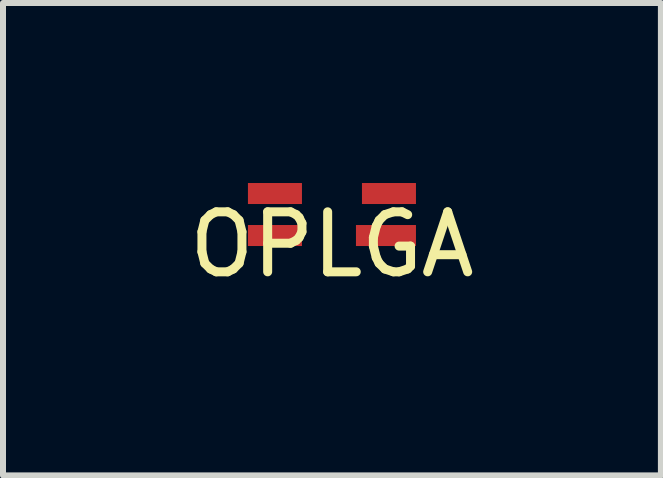
<source format=kicad_pcb>
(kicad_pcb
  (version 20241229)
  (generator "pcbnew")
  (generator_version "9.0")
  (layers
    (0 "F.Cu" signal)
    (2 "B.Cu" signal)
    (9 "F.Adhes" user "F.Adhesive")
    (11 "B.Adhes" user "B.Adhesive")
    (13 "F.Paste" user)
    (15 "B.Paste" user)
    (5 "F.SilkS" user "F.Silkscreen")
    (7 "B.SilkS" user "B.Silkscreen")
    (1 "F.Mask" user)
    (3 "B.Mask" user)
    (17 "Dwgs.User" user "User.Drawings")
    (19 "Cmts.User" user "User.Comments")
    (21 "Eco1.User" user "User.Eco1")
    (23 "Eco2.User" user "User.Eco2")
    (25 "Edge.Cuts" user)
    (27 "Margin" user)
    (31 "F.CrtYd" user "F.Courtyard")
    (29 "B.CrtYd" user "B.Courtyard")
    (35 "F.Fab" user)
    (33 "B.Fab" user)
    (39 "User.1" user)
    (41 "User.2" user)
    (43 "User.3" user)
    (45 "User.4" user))
  (footprint "OPLGA"
    (layer "F.Cu")
    (at 2.482 0.525)
    (property "Reference" "OPLGA" (at 0 0.5 0) (layer "F.SilkS") (effects (font (size 1 1) (thickness 0.15))))
    (attr through_hole)
    (pad "1" smd rect (at -1 -0.35) (size 0.9 0.35) (drill (offset 0.05 0)) (layers "F.Cu" "F.Mask" "F.Paste"))
    (pad "2" smd rect (at -1 0.35) (size 0.9 0.35) (drill (offset 0.05 0)) (layers "F.Cu" "F.Mask" "F.Paste"))
    (pad "3" smd rect (at 1 0.35) (size 1 0.35) (drill (offset -0.1 0)) (layers "F.Cu" "F.Mask" "F.Paste"))
    (pad "4" smd rect (at 1 -0.35) (size 0.9 0.35) (drill (offset -0.05 0)) (layers "F.Cu" "F.Mask" "F.Paste")))
  (gr_rect
    (start -3 -3)
    (end 7.964 4.873)
    (stroke (width 0.1) (type default))
    (fill no)
    (layer "Edge.Cuts")))
</source>
